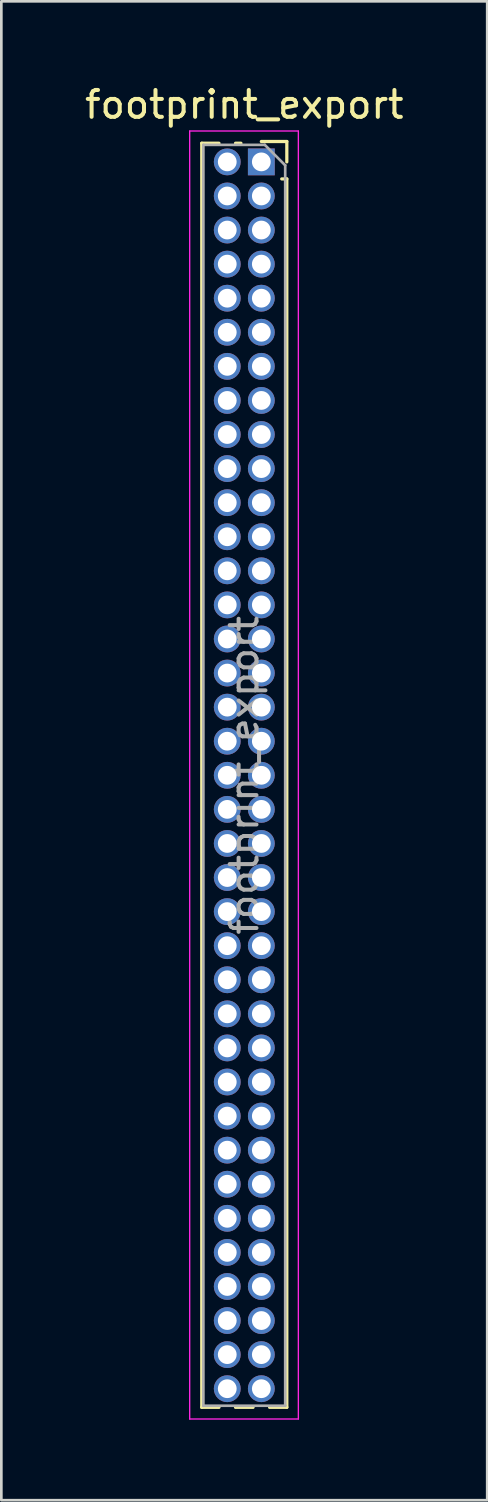
<source format=kicad_pcb>
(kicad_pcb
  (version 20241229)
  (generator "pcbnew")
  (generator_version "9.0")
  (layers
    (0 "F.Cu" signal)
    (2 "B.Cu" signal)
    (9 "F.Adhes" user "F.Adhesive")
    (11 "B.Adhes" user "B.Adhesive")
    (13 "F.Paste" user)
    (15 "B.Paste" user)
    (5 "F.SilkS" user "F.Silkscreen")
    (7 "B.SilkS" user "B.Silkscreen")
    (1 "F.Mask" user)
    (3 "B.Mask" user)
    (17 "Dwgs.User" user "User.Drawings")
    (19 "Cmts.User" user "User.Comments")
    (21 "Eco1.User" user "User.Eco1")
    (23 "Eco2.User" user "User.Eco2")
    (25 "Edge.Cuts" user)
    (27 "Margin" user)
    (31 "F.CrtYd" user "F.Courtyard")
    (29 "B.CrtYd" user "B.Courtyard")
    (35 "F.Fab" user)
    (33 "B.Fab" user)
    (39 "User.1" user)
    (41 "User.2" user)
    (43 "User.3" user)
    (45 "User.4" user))
  (footprint "footprint_export"
    (layer "F.Cu")
    (at 6.689 2.983)
    (property "Reference" "footprint_export" (at -0.635 -2.135 0) (layer "F.SilkS") (effects (font (size 1 1) (thickness 0.15))))
    (attr through_hole)
    (fp_line (start -2.22 -0.695) (end -2.22 46.415) (stroke (width 0.12) (type solid)) (layer "F.SilkS"))
    (fp_line (start -2.22 -0.695) (end -1.578 -0.695) (stroke (width 0.12) (type solid)) (layer "F.SilkS"))
    (fp_line (start -2.22 46.415) (end -1.578 46.415) (stroke (width 0.12) (type solid)) (layer "F.SilkS"))
    (fp_line (start -0.962 -0.695) (end -0.76 -0.695) (stroke (width 0.12) (type solid)) (layer "F.SilkS"))
    (fp_line (start -0.962 46.415) (end -0.308 46.415) (stroke (width 0.12) (type solid)) (layer "F.SilkS"))
    (fp_line (start 0 -0.76) (end 0.95 -0.76) (stroke (width 0.12) (type solid)) (layer "F.SilkS"))
    (fp_line (start 0.308 46.415) (end 0.95 46.415) (stroke (width 0.12) (type solid)) (layer "F.SilkS"))
    (fp_line (start 0.76 0.635) (end 0.95 0.635) (stroke (width 0.12) (type solid)) (layer "F.SilkS"))
    (fp_line (start 0.95 -0.76) (end 0.95 0) (stroke (width 0.12) (type solid)) (layer "F.SilkS"))
    (fp_line (start 0.95 0.635) (end 0.95 46.415) (stroke (width 0.12) (type solid)) (layer "F.SilkS"))
    (fp_line (start -2.67 -1.15) (end 1.38 -1.15) (stroke (width 0.05) (type solid)) (layer "F.CrtYd"))
    (fp_line (start -2.67 46.85) (end -2.67 -1.15) (stroke (width 0.05) (type solid)) (layer "F.CrtYd"))
    (fp_line (start 1.38 -1.15) (end 1.38 46.85) (stroke (width 0.05) (type solid)) (layer "F.CrtYd"))
    (fp_line (start 1.38 46.85) (end -2.67 46.85) (stroke (width 0.05) (type solid)) (layer "F.CrtYd"))
    (fp_line (start -2.16 -0.635) (end 0.128 -0.635) (stroke (width 0.1) (type solid)) (layer "F.Fab"))
    (fp_line (start -2.16 46.355) (end -2.16 -0.635) (stroke (width 0.1) (type solid)) (layer "F.Fab"))
    (fp_line (start 0.128 -0.635) (end 0.89 0.128) (stroke (width 0.1) (type solid)) (layer "F.Fab"))
    (fp_line (start 0.89 0.128) (end 0.89 46.355) (stroke (width 0.1) (type solid)) (layer "F.Fab"))
    (fp_line (start 0.89 46.355) (end -2.16 46.355) (stroke (width 0.1) (type solid)) (layer "F.Fab"))
    (fp_text user "${REFERENCE}" (at -0.635 22.86 90) (layer "F.Fab") (effects (font (size 1 1) (thickness 0.15))))
    (pad "1" thru_hole rect (at 0 0) (size 1 1) (drill 0.7) (layers "*.Cu" "*.Mask"))
    (pad "2" thru_hole oval (at -1.27 0) (size 1 1) (drill 0.7) (layers "*.Cu" "*.Mask"))
    (pad "3" thru_hole oval (at 0 1.27) (size 1 1) (drill 0.7) (layers "*.Cu" "*.Mask"))
    (pad "4" thru_hole oval (at -1.27 1.27) (size 1 1) (drill 0.7) (layers "*.Cu" "*.Mask"))
    (pad "5" thru_hole oval (at 0 2.54) (size 1 1) (drill 0.7) (layers "*.Cu" "*.Mask"))
    (pad "6" thru_hole oval (at -1.27 2.54) (size 1 1) (drill 0.7) (layers "*.Cu" "*.Mask"))
    (pad "7" thru_hole oval (at 0 3.81) (size 1 1) (drill 0.7) (layers "*.Cu" "*.Mask"))
    (pad "8" thru_hole oval (at -1.27 3.81) (size 1 1) (drill 0.7) (layers "*.Cu" "*.Mask"))
    (pad "9" thru_hole oval (at 0 5.08) (size 1 1) (drill 0.7) (layers "*.Cu" "*.Mask"))
    (pad "10" thru_hole oval (at -1.27 5.08) (size 1 1) (drill 0.7) (layers "*.Cu" "*.Mask"))
    (pad "11" thru_hole oval (at 0 6.35) (size 1 1) (drill 0.7) (layers "*.Cu" "*.Mask"))
    (pad "12" thru_hole oval (at -1.27 6.35) (size 1 1) (drill 0.7) (layers "*.Cu" "*.Mask"))
    (pad "13" thru_hole oval (at 0 7.62) (size 1 1) (drill 0.7) (layers "*.Cu" "*.Mask"))
    (pad "14" thru_hole oval (at -1.27 7.62) (size 1 1) (drill 0.7) (layers "*.Cu" "*.Mask"))
    (pad "15" thru_hole oval (at 0 8.89) (size 1 1) (drill 0.7) (layers "*.Cu" "*.Mask"))
    (pad "16" thru_hole oval (at -1.27 8.89) (size 1 1) (drill 0.7) (layers "*.Cu" "*.Mask"))
    (pad "17" thru_hole oval (at 0 10.16) (size 1 1) (drill 0.7) (layers "*.Cu" "*.Mask"))
    (pad "18" thru_hole oval (at -1.27 10.16) (size 1 1) (drill 0.7) (layers "*.Cu" "*.Mask"))
    (pad "19" thru_hole oval (at 0 11.43) (size 1 1) (drill 0.7) (layers "*.Cu" "*.Mask"))
    (pad "20" thru_hole oval (at -1.27 11.43) (size 1 1) (drill 0.7) (layers "*.Cu" "*.Mask"))
    (pad "21" thru_hole oval (at 0 12.7) (size 1 1) (drill 0.7) (layers "*.Cu" "*.Mask"))
    (pad "22" thru_hole oval (at -1.27 12.7) (size 1 1) (drill 0.7) (layers "*.Cu" "*.Mask"))
    (pad "23" thru_hole oval (at 0 13.97) (size 1 1) (drill 0.7) (layers "*.Cu" "*.Mask"))
    (pad "24" thru_hole oval (at -1.27 13.97) (size 1 1) (drill 0.7) (layers "*.Cu" "*.Mask"))
    (pad "25" thru_hole oval (at 0 15.24) (size 1 1) (drill 0.7) (layers "*.Cu" "*.Mask"))
    (pad "26" thru_hole oval (at -1.27 15.24) (size 1 1) (drill 0.7) (layers "*.Cu" "*.Mask"))
    (pad "27" thru_hole oval (at 0 16.51) (size 1 1) (drill 0.7) (layers "*.Cu" "*.Mask"))
    (pad "28" thru_hole oval (at -1.27 16.51) (size 1 1) (drill 0.7) (layers "*.Cu" "*.Mask"))
    (pad "29" thru_hole oval (at 0 17.78) (size 1 1) (drill 0.7) (layers "*.Cu" "*.Mask"))
    (pad "30" thru_hole oval (at -1.27 17.78) (size 1 1) (drill 0.7) (layers "*.Cu" "*.Mask"))
    (pad "31" thru_hole oval (at 0 19.05) (size 1 1) (drill 0.7) (layers "*.Cu" "*.Mask"))
    (pad "32" thru_hole oval (at -1.27 19.05) (size 1 1) (drill 0.7) (layers "*.Cu" "*.Mask"))
    (pad "33" thru_hole oval (at 0 20.32) (size 1 1) (drill 0.7) (layers "*.Cu" "*.Mask"))
    (pad "34" thru_hole oval (at -1.27 20.32) (size 1 1) (drill 0.7) (layers "*.Cu" "*.Mask"))
    (pad "35" thru_hole oval (at 0 21.59) (size 1 1) (drill 0.7) (layers "*.Cu" "*.Mask"))
    (pad "36" thru_hole oval (at -1.27 21.59) (size 1 1) (drill 0.7) (layers "*.Cu" "*.Mask"))
    (pad "37" thru_hole oval (at 0 22.86) (size 1 1) (drill 0.7) (layers "*.Cu" "*.Mask"))
    (pad "38" thru_hole oval (at -1.27 22.86) (size 1 1) (drill 0.7) (layers "*.Cu" "*.Mask"))
    (pad "39" thru_hole oval (at 0 24.13) (size 1 1) (drill 0.7) (layers "*.Cu" "*.Mask"))
    (pad "40" thru_hole oval (at -1.27 24.13) (size 1 1) (drill 0.7) (layers "*.Cu" "*.Mask"))
    (pad "41" thru_hole oval (at 0 25.4) (size 1 1) (drill 0.7) (layers "*.Cu" "*.Mask"))
    (pad "42" thru_hole oval (at -1.27 25.4) (size 1 1) (drill 0.7) (layers "*.Cu" "*.Mask"))
    (pad "43" thru_hole oval (at 0 26.67) (size 1 1) (drill 0.7) (layers "*.Cu" "*.Mask"))
    (pad "44" thru_hole oval (at -1.27 26.67) (size 1 1) (drill 0.7) (layers "*.Cu" "*.Mask"))
    (pad "45" thru_hole oval (at 0 27.94) (size 1 1) (drill 0.7) (layers "*.Cu" "*.Mask"))
    (pad "46" thru_hole oval (at -1.27 27.94) (size 1 1) (drill 0.7) (layers "*.Cu" "*.Mask"))
    (pad "47" thru_hole oval (at 0 29.21) (size 1 1) (drill 0.7) (layers "*.Cu" "*.Mask"))
    (pad "48" thru_hole oval (at -1.27 29.21) (size 1 1) (drill 0.7) (layers "*.Cu" "*.Mask"))
    (pad "49" thru_hole oval (at 0 30.48) (size 1 1) (drill 0.7) (layers "*.Cu" "*.Mask"))
    (pad "50" thru_hole oval (at -1.27 30.48) (size 1 1) (drill 0.7) (layers "*.Cu" "*.Mask"))
    (pad "51" thru_hole oval (at 0 31.75) (size 1 1) (drill 0.7) (layers "*.Cu" "*.Mask"))
    (pad "52" thru_hole oval (at -1.27 31.75) (size 1 1) (drill 0.7) (layers "*.Cu" "*.Mask"))
    (pad "53" thru_hole oval (at 0 33.02) (size 1 1) (drill 0.7) (layers "*.Cu" "*.Mask"))
    (pad "54" thru_hole oval (at -1.27 33.02) (size 1 1) (drill 0.7) (layers "*.Cu" "*.Mask"))
    (pad "55" thru_hole oval (at 0 34.29) (size 1 1) (drill 0.7) (layers "*.Cu" "*.Mask"))
    (pad "56" thru_hole oval (at -1.27 34.29) (size 1 1) (drill 0.7) (layers "*.Cu" "*.Mask"))
    (pad "57" thru_hole oval (at 0 35.56) (size 1 1) (drill 0.7) (layers "*.Cu" "*.Mask"))
    (pad "58" thru_hole oval (at -1.27 35.56) (size 1 1) (drill 0.7) (layers "*.Cu" "*.Mask"))
    (pad "59" thru_hole oval (at 0 36.83) (size 1 1) (drill 0.7) (layers "*.Cu" "*.Mask"))
    (pad "60" thru_hole oval (at -1.27 36.83) (size 1 1) (drill 0.7) (layers "*.Cu" "*.Mask"))
    (pad "61" thru_hole oval (at 0 38.1) (size 1 1) (drill 0.7) (layers "*.Cu" "*.Mask"))
    (pad "62" thru_hole oval (at -1.27 38.1) (size 1 1) (drill 0.7) (layers "*.Cu" "*.Mask"))
    (pad "63" thru_hole oval (at 0 39.37) (size 1 1) (drill 0.7) (layers "*.Cu" "*.Mask"))
    (pad "64" thru_hole oval (at -1.27 39.37) (size 1 1) (drill 0.7) (layers "*.Cu" "*.Mask"))
    (pad "65" thru_hole oval (at 0 40.64) (size 1 1) (drill 0.7) (layers "*.Cu" "*.Mask"))
    (pad "66" thru_hole oval (at -1.27 40.64) (size 1 1) (drill 0.7) (layers "*.Cu" "*.Mask"))
    (pad "67" thru_hole oval (at 0 41.91) (size 1 1) (drill 0.7) (layers "*.Cu" "*.Mask"))
    (pad "68" thru_hole oval (at -1.27 41.91) (size 1 1) (drill 0.7) (layers "*.Cu" "*.Mask"))
    (pad "69" thru_hole oval (at 0 43.18) (size 1 1) (drill 0.7) (layers "*.Cu" "*.Mask"))
    (pad "70" thru_hole oval (at -1.27 43.18) (size 1 1) (drill 0.7) (layers "*.Cu" "*.Mask"))
    (pad "71" thru_hole oval (at 0 44.45) (size 1 1) (drill 0.7) (layers "*.Cu" "*.Mask"))
    (pad "72" thru_hole oval (at -1.27 44.45) (size 1 1) (drill 0.7) (layers "*.Cu" "*.Mask"))
    (pad "73" thru_hole oval (at 0 45.72) (size 1 1) (drill 0.7) (layers "*.Cu" "*.Mask"))
    (pad "74" thru_hole oval (at -1.27 45.72) (size 1 1) (drill 0.7) (layers "*.Cu" "*.Mask")))
  (gr_rect
    (start -3 -3)
    (end 15.107 52.858)
    (stroke (width 0.1) (type default))
    (fill no)
    (layer "Edge.Cuts")))
</source>
